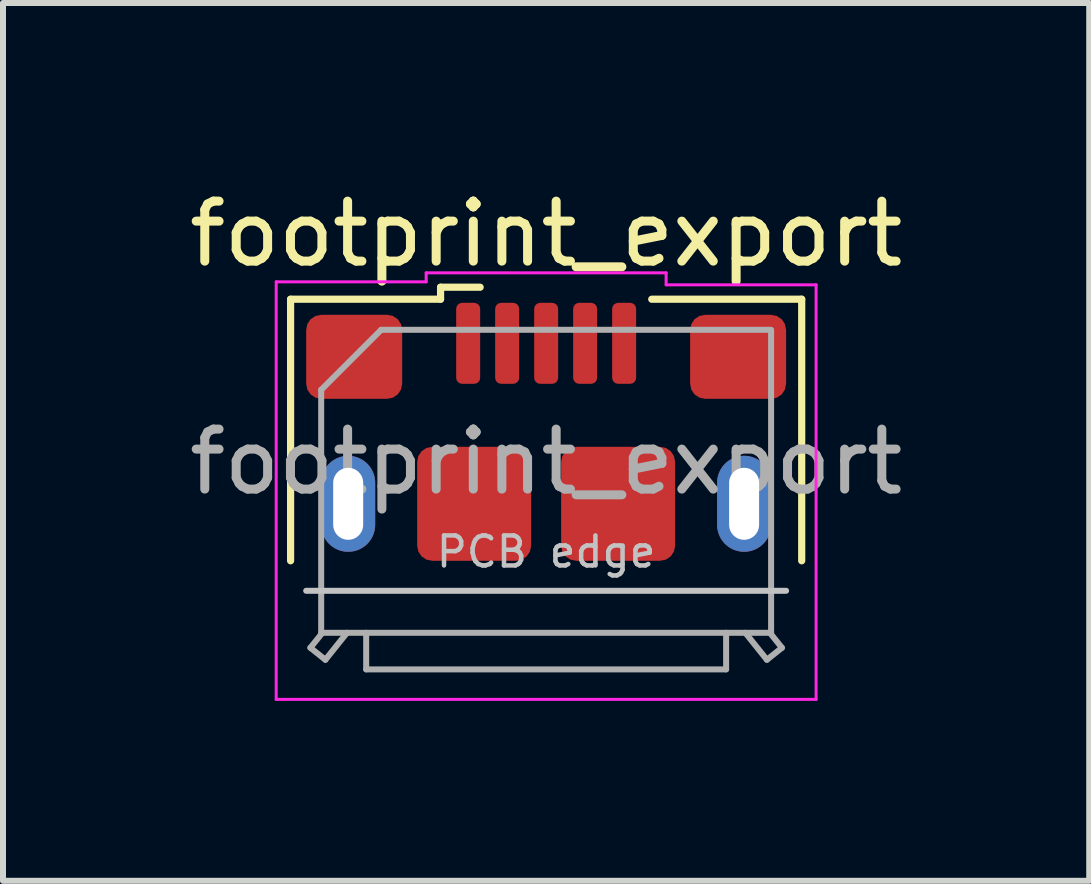
<source format=kicad_pcb>
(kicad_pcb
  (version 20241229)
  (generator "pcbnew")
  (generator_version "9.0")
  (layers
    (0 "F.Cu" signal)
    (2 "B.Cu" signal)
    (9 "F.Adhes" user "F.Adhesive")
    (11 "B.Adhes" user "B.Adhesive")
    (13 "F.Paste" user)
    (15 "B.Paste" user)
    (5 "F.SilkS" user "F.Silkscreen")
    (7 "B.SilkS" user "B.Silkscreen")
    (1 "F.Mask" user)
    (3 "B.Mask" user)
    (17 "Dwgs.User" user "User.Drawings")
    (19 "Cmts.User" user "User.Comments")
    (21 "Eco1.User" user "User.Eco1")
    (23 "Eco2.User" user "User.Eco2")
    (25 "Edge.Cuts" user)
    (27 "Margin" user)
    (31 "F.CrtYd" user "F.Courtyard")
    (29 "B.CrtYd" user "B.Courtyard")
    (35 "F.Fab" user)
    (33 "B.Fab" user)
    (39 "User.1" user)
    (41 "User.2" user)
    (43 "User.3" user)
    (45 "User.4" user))
  (footprint "footprint_export"
    (layer "F.Cu")
    (at 6.054 5.348)
    (property "Reference" "footprint_export" (at 0 -4.5 0) (layer "F.SilkS") (effects (font (size 1 1) (thickness 0.15))))
    (attr smd)
    (fp_line (start -4.26 -3.41) (end -4.26 0.95) (stroke (width 0.12) (type solid)) (layer "F.SilkS"))
    (fp_line (start -4.26 -3.41) (end -1.76 -3.41) (stroke (width 0.12) (type default)) (layer "F.SilkS"))
    (fp_line (start -1.76 -3.41) (end -1.76 -3.61) (stroke (width 0.12) (type default)) (layer "F.SilkS"))
    (fp_line (start -1.1 -3.61) (end -1.76 -3.61) (stroke (width 0.12) (type default)) (layer "F.SilkS"))
    (fp_line (start 1.76 -3.41) (end 4.26 -3.41) (stroke (width 0.12) (type default)) (layer "F.SilkS"))
    (fp_line (start 4.26 -3.41) (end 4.26 0.95) (stroke (width 0.12) (type solid)) (layer "F.SilkS"))
    (fp_line (start -4 1.45) (end 4 1.45) (stroke (width 0.1) (type solid)) (layer "Dwgs.User"))
    (fp_line (start -4.5 -3.7) (end -4.5 3.26) (stroke (width 0.05) (type solid)) (layer "F.CrtYd"))
    (fp_line (start -4.5 -3.7) (end -2 -3.7) (stroke (width 0.05) (type default)) (layer "F.CrtYd"))
    (fp_line (start -2 -3.85) (end 2 -3.85) (stroke (width 0.05) (type solid)) (layer "F.CrtYd"))
    (fp_line (start -2 -3.7) (end -2 -3.85) (stroke (width 0.05) (type default)) (layer "F.CrtYd"))
    (fp_line (start 2 -3.65) (end 2 -3.85) (stroke (width 0.05) (type default)) (layer "F.CrtYd"))
    (fp_line (start 4.5 -3.65) (end 2 -3.65) (stroke (width 0.05) (type default)) (layer "F.CrtYd"))
    (fp_line (start 4.5 3.26) (end -4.5 3.26) (stroke (width 0.05) (type solid)) (layer "F.CrtYd"))
    (fp_line (start 4.5 3.26) (end 4.5 -3.65) (stroke (width 0.05) (type solid)) (layer "F.CrtYd"))
    (fp_line (start -3.93 2.4) (end -3.68 2.6) (stroke (width 0.1) (type solid)) (layer "F.Fab"))
    (fp_line (start -3.75 -1.9) (end -3.75 2.15) (stroke (width 0.1) (type solid)) (layer "F.Fab"))
    (fp_line (start -3.75 -1.9) (end -2.75 -2.9) (stroke (width 0.1) (type default)) (layer "F.Fab"))
    (fp_line (start -3.75 2.15) (end 3.75 2.15) (stroke (width 0.1) (type solid)) (layer "F.Fab"))
    (fp_line (start -3.73 2.15) (end -3.93 2.4) (stroke (width 0.1) (type solid)) (layer "F.Fab"))
    (fp_line (start -3.32 2.15) (end -3.68 2.6) (stroke (width 0.1) (type solid)) (layer "F.Fab"))
    (fp_line (start -3 2.15) (end -3 2.76) (stroke (width 0.1) (type solid)) (layer "F.Fab"))
    (fp_line (start -3 2.76) (end 3 2.76) (stroke (width 0.1) (type solid)) (layer "F.Fab"))
    (fp_line (start 3 2.15) (end 3 2.76) (stroke (width 0.1) (type solid)) (layer "F.Fab"))
    (fp_line (start 3.32 2.15) (end 3.68 2.6) (stroke (width 0.1) (type solid)) (layer "F.Fab"))
    (fp_line (start 3.73 -2.9) (end -2.75 -2.9) (stroke (width 0.1) (type solid)) (layer "F.Fab"))
    (fp_line (start 3.73 2.15) (end 3.93 2.4) (stroke (width 0.1) (type solid)) (layer "F.Fab"))
    (fp_line (start 3.75 2.15) (end 3.75 -2.9) (stroke (width 0.1) (type solid)) (layer "F.Fab"))
    (fp_line (start 3.93 2.4) (end 3.68 2.6) (stroke (width 0.1) (type solid)) (layer "F.Fab"))
    (fp_text user "PCB edge" (at 0 0.8 0) (layer "Dwgs.User") (effects (font (size 0.5 0.5) (thickness 0.075))))
    (fp_text user "${REFERENCE}" (at 0 -0.7 0) (layer "F.Fab") (effects (font (size 1 1) (thickness 0.15))))
    (pad "1" smd roundrect (at -1.3 -2.675) (size 0.4 1.35) (layers "F.Cu" "F.Mask" "F.Paste") (roundrect_rratio 0.25))
    (pad "2" smd roundrect (at -0.65 -2.675) (size 0.4 1.35) (layers "F.Cu" "F.Mask" "F.Paste") (roundrect_rratio 0.25))
    (pad "3" smd roundrect (at 0 -2.675) (size 0.4 1.35) (layers "F.Cu" "F.Mask" "F.Paste") (roundrect_rratio 0.25))
    (pad "4" smd roundrect (at 0.65 -2.675) (size 0.4 1.35) (layers "F.Cu" "F.Mask" "F.Paste") (roundrect_rratio 0.25))
    (pad "5" smd roundrect (at 1.3 -2.675) (size 0.4 1.35) (layers "F.Cu" "F.Mask" "F.Paste") (roundrect_rratio 0.25))
    (pad "6" thru_hole oval (at -3.3 0 90) (size 1.6 0.9) (drill oval 1.2 0.5) (layers "*.Cu" "*.Mask" "F.Paste"))
    (pad "6" smd roundrect (at -3.2 -2.45) (size 1.6 1.4) (layers "F.Cu" "F.Mask" "F.Paste") (roundrect_rratio 0.179))
    (pad "6" smd roundrect (at -1.2 0) (size 1.9 1.9) (layers "F.Cu" "F.Mask" "F.Paste") (roundrect_rratio 0.132))
    (pad "6" smd roundrect (at 1.2 0) (size 1.9 1.9) (layers "F.Cu" "F.Mask" "F.Paste") (roundrect_rratio 0.132))
    (pad "6" smd roundrect (at 3.2 -2.45) (size 1.6 1.4) (layers "F.Cu" "F.Mask" "F.Paste") (roundrect_rratio 0.179))
    (pad "6" thru_hole oval (at 3.3 0 90) (size 1.6 0.9) (drill oval 1.2 0.5) (layers "*.Cu" "*.Mask" "F.Paste")))
  (gr_rect
    (start -3 -3)
    (end 15.107 11.633)
    (stroke (width 0.1) (type default))
    (fill no)
    (layer "Edge.Cuts")))
</source>
